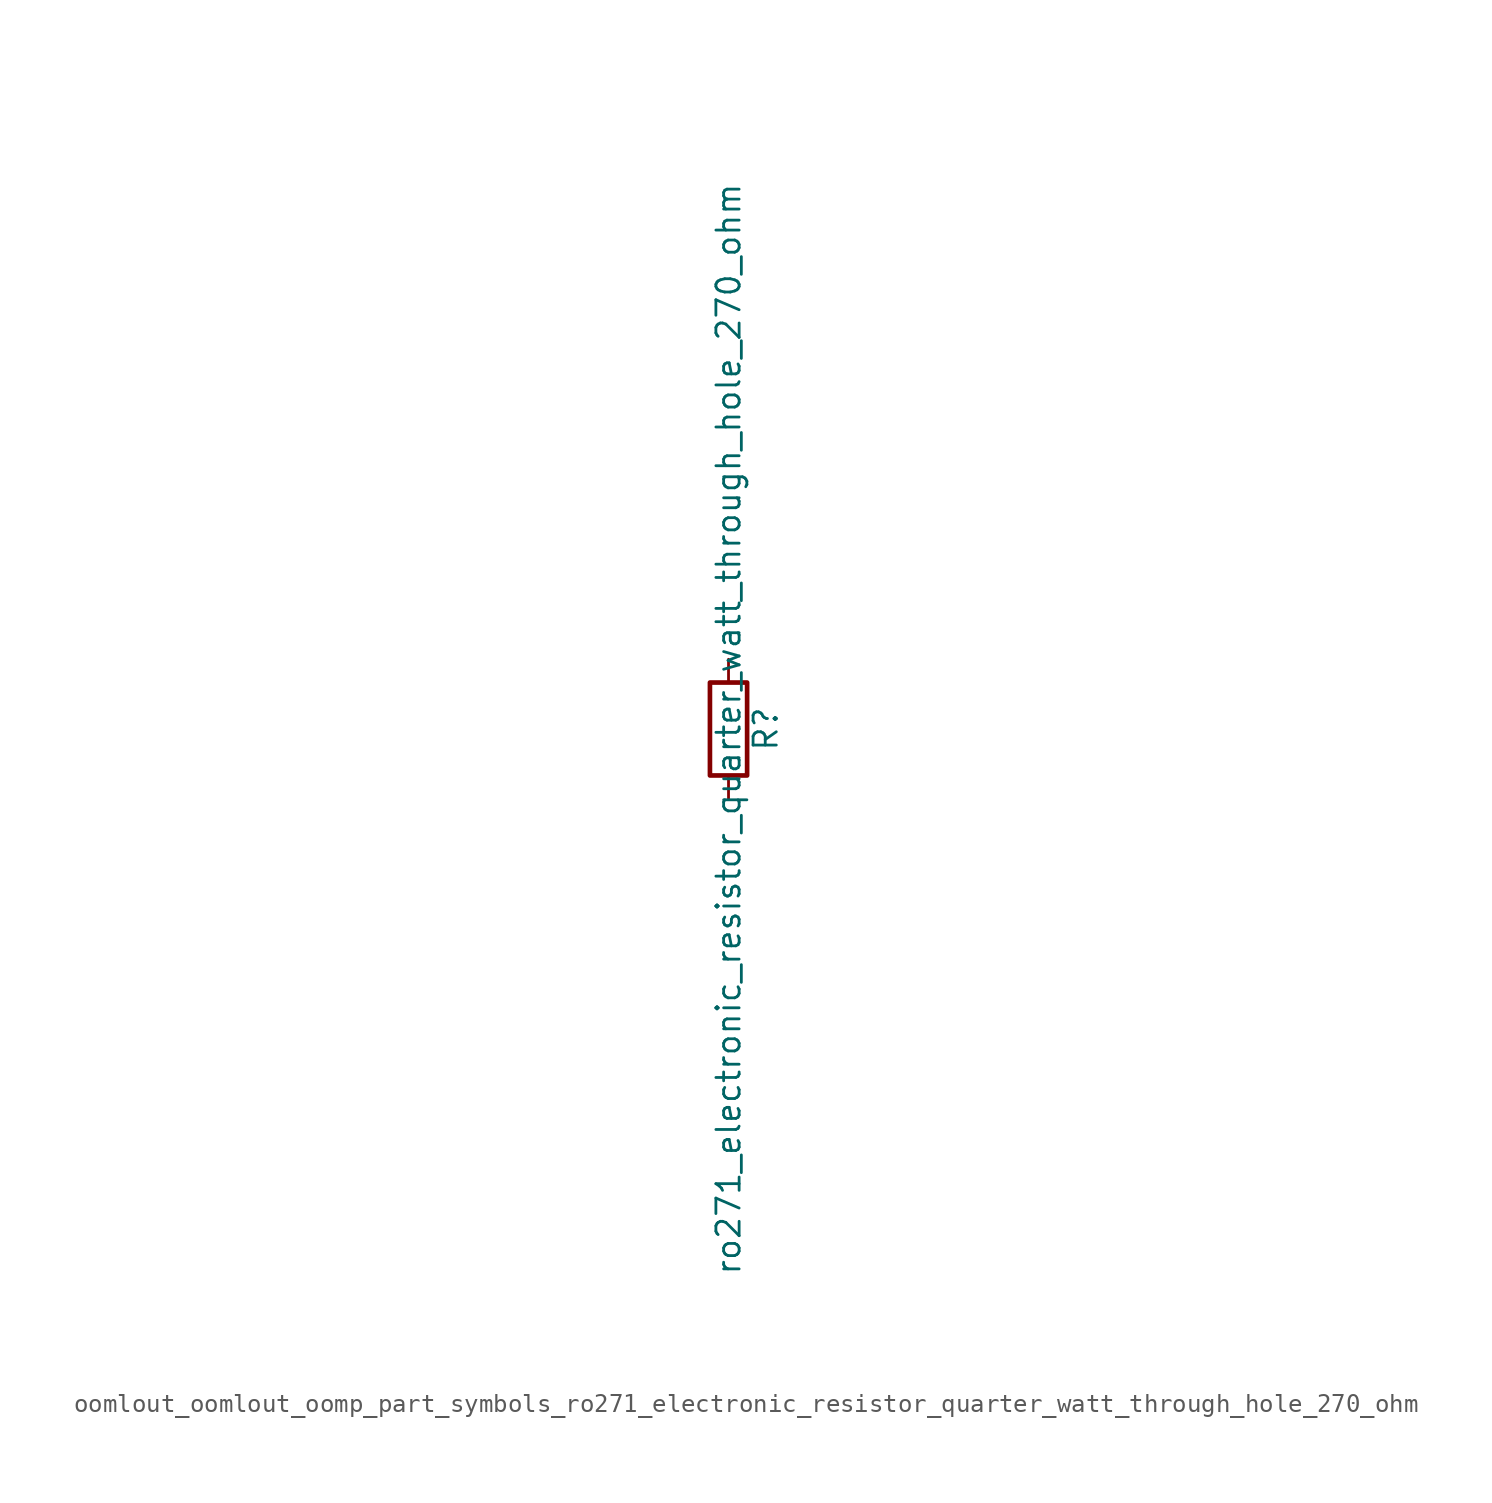
<source format=kicad_sym>
(kicad_symbol_lib
  (version 20220914)
  (generator kicad_symbol_editor)
  (symbol "oomlout_oomlout_oomp_part_symbols_ro271_electronic_resistor_quarter_watt_through_hole_270_ohm"
    (pin_numbers hide)
    (pin_names
      (offset 0))
    (property "Reference" "R"
      (at 2.032 0 90)
      (effects (font (size 1.27 1.27))))
    (property "Value" "ro271_electronic_resistor_quarter_watt_through_hole_270_ohm"
      (at 0 0 90)
      (effects (font (size 1.27 1.27))))
    (symbol "oomlout_oomlout_oomp_part_symbols_ro271_electronic_resistor_quarter_watt_through_hole_270_ohm_0_1"
      (rectangle (start -1.016 -2.54) (end 1.016 2.54) (stroke (width 0.254) (type default)) (fill (type none))))
    (symbol "oomlout_oomlout_oomp_part_symbols_ro271_electronic_resistor_quarter_watt_through_hole_270_ohm_1_1"
      (pin passive line (at 0 3.81 270) (length 1.27) (name "~" (effects (font (size 1.27 1.27)))) (number "1" (effects (font (size 1.27 1.27)))))
      (pin passive line (at 0 -3.81 90) (length 1.27) (name "~" (effects (font (size 1.27 1.27)))) (number "2" (effects (font (size 1.27 1.27))))))))
</source>
